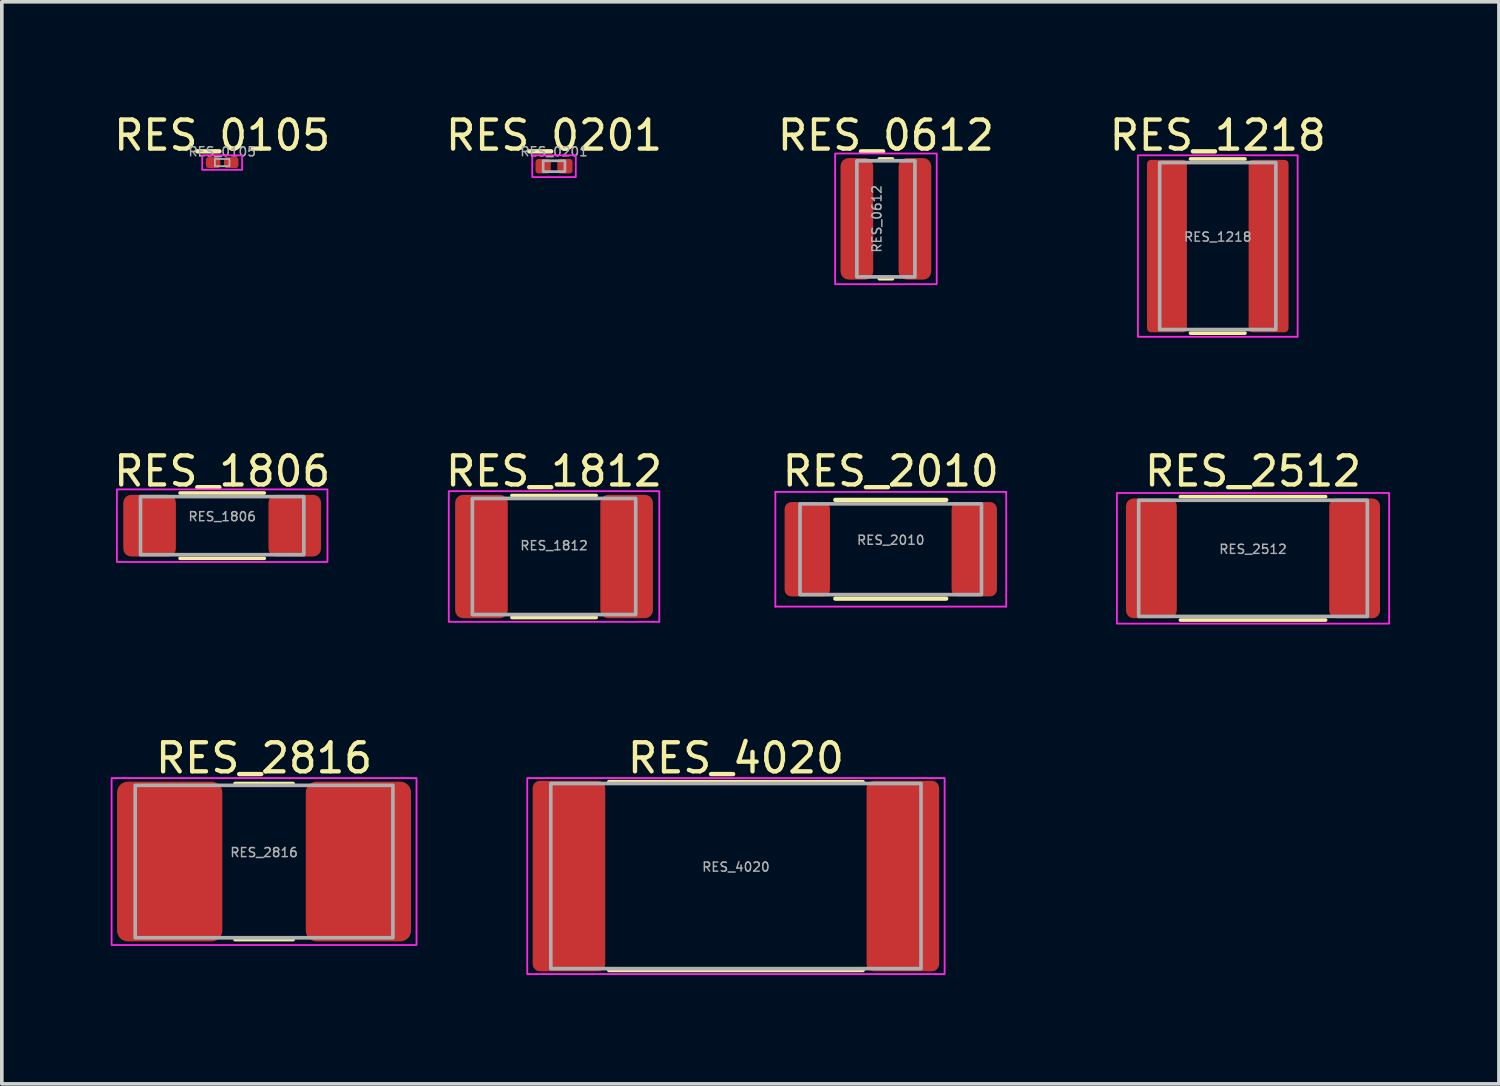
<source format=kicad_pcb>
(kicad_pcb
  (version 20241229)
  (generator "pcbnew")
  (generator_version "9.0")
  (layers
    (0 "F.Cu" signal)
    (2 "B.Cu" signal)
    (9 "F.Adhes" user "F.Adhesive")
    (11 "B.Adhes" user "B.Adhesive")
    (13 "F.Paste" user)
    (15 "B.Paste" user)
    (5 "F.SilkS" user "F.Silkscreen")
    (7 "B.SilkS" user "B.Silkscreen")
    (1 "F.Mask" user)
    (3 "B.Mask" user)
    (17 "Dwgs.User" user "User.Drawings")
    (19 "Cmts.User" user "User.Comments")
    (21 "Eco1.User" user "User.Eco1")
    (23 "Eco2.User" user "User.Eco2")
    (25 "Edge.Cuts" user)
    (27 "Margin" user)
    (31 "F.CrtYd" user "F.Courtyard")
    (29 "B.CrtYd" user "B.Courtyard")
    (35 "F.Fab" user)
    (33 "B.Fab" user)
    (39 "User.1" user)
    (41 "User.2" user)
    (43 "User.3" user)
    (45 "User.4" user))
  (footprint "RES_0201"
    (layer "F.Cu")
    (at 12.214 1.529)
    (property "Reference" "RES_0201" (at 0 -0.85 0) (unlocked yes) (layer "F.SilkS") (effects (font (size 0.8 0.8) (thickness 0.12))))
    (attr smd)
    (fp_rect (start -0.6 -0.3) (end 0.6 0.3) (stroke (width 0.05) (type default)) (fill no) (layer "F.CrtYd"))
    (fp_rect (start -0.3 -0.15) (end 0.3 0.15) (stroke (width 0.075) (type default)) (fill no) (layer "F.Fab"))
    (fp_text user "${REFERENCE}" (at 0 -0.4 0) (layer "F.Fab") (effects (font (size 0.25 0.25) (thickness 0.04))))
    (pad "1" smd roundrect (at -0.3 0) (size 0.42 0.4) (layers "F.Cu" "F.Mask" "F.Paste") (roundrect_rratio 0.2))
    (pad "2" smd roundrect (at 0.3 0) (size 0.42 0.4) (layers "F.Cu" "F.Mask" "F.Paste") (roundrect_rratio 0.2)))
  (footprint "RES_4020"
    (layer "F.Cu")
    (at 17.225 21.086)
    (property "Reference" "RES_4020" (at 0 -3.25 0) (unlocked yes) (layer "F.SilkS") (effects (font (size 0.8 0.8) (thickness 0.12))))
    (attr smd)
    (fp_line (start -3.5 -2.6) (end 3.5 -2.6) (stroke (width 0.1) (type solid)) (layer "F.SilkS"))
    (fp_line (start -3.5 2.6) (end 3.5 2.6) (stroke (width 0.1) (type solid)) (layer "F.SilkS"))
    (fp_rect (start -5.75 -2.7) (end 5.75 2.7) (stroke (width 0.05) (type default)) (fill no) (layer "F.CrtYd"))
    (fp_rect (start -5.1 -2.55) (end 5.1 2.55) (stroke (width 0.1) (type default)) (fill no) (layer "F.Fab"))
    (fp_text user "${REFERENCE}" (at 0 -0.25 0) (layer "F.Fab") (effects (font (size 0.25 0.25) (thickness 0.04))))
    (pad "1" smd roundrect (at -4.6 0) (size 2 5.25) (layers "F.Cu" "F.Mask" "F.Paste") (roundrect_rratio 0.1))
    (pad "2" smd roundrect (at 4.6 0) (size 2 5.25) (layers "F.Cu" "F.Mask" "F.Paste") (roundrect_rratio 0.1)))
  (footprint "RES_2816"
    (layer "F.Cu")
    (at 4.225 20.686)
    (property "Reference" "RES_2816" (at 0 -2.85 0) (unlocked yes) (layer "F.SilkS") (effects (font (size 0.8 0.8) (thickness 0.12))))
    (attr smd)
    (fp_line (start -0.8 -2.15) (end 0.8 -2.15) (stroke (width 0.1) (type solid)) (layer "F.SilkS"))
    (fp_line (start -0.8 2.15) (end 0.8 2.15) (stroke (width 0.1) (type solid)) (layer "F.SilkS"))
    (fp_rect (start -4.2 -2.3) (end 4.2 2.3) (stroke (width 0.05) (type default)) (fill no) (layer "F.CrtYd"))
    (fp_rect (start -3.55 -2.1) (end 3.55 2.1) (stroke (width 0.1) (type default)) (fill no) (layer "F.Fab"))
    (fp_text user "${REFERENCE}" (at 0 -0.25 0) (layer "F.Fab") (effects (font (size 0.25 0.25) (thickness 0.04))))
    (pad "1" smd roundrect (at -2.6 0) (size 2.9 4.4) (layers "F.Cu" "F.Mask" "F.Paste") (roundrect_rratio 0.1))
    (pad "2" smd roundrect (at 2.6 0) (size 2.9 4.4) (layers "F.Cu" "F.Mask" "F.Paste") (roundrect_rratio 0.1)))
  (footprint "RES_0612"
    (layer "F.Cu")
    (at 21.357 2.979)
    (property "Reference" "RES_0612" (at 0 -2.3 0) (unlocked yes) (layer "F.SilkS") (effects (font (size 0.8 0.8) (thickness 0.12))))
    (attr smd)
    (fp_line (start -0.18 -1.65) (end 0.18 -1.65) (stroke (width 0.1) (type solid)) (layer "F.SilkS"))
    (fp_line (start -0.18 1.65) (end 0.18 1.65) (stroke (width 0.1) (type solid)) (layer "F.SilkS"))
    (fp_rect (start -1.4 -1.8) (end 1.4 1.8) (stroke (width 0.05) (type default)) (fill no) (layer "F.CrtYd"))
    (fp_rect (start -0.8 -1.6) (end 0.8 1.6) (stroke (width 0.1) (type default)) (fill no) (layer "F.Fab"))
    (fp_text user "${REFERENCE}" (at -0.25 0 270) (layer "F.Fab") (effects (font (size 0.25 0.25) (thickness 0.04))))
    (pad "1" smd roundrect (at -0.8 0) (size 0.9 3.35) (layers "F.Cu" "F.Mask" "F.Paste") (roundrect_rratio 0.25))
    (pad "2" smd roundrect (at 0.8 0) (size 0.9 3.35) (layers "F.Cu" "F.Mask" "F.Paste") (roundrect_rratio 0.25)))
  (footprint "RES_1218"
    (layer "F.Cu")
    (at 30.5 3.729)
    (property "Reference" "RES_1218" (at 0 -3.05 0) (unlocked yes) (layer "F.SilkS") (effects (font (size 0.8 0.8) (thickness 0.12))))
    (attr smd)
    (fp_line (start -0.75 -2.4) (end 0.75 -2.4) (stroke (width 0.1) (type solid)) (layer "F.SilkS"))
    (fp_line (start -0.75 2.4) (end 0.75 2.4) (stroke (width 0.1) (type solid)) (layer "F.SilkS"))
    (fp_rect (start -2.2 -2.5) (end 2.2 2.5) (stroke (width 0.05) (type default)) (fill no) (layer "F.CrtYd"))
    (fp_rect (start -1.6 -2.3) (end 1.6 2.3) (stroke (width 0.1) (type default)) (fill no) (layer "F.Fab"))
    (fp_text user "${REFERENCE}" (at 0 -0.25 0) (layer "F.Fab") (effects (font (size 0.25 0.25) (thickness 0.04))))
    (pad "1" smd roundrect (at -1.4 0) (size 1.1 4.75) (layers "F.Cu" "F.Mask" "F.Paste") (roundrect_rratio 0.1))
    (pad "2" smd roundrect (at 1.4 0) (size 1.1 4.75) (layers "F.Cu" "F.Mask" "F.Paste") (roundrect_rratio 0.1)))
  (footprint "RES_1806"
    (layer "F.Cu")
    (at 3.071 11.432)
    (property "Reference" "RES_1806" (at 0 -1.5 0) (unlocked yes) (layer "F.SilkS") (effects (font (size 0.8 0.8) (thickness 0.12))))
    (attr smd)
    (fp_line (start -1.16 -0.9) (end 1.16 -0.9) (stroke (width 0.1) (type solid)) (layer "F.SilkS"))
    (fp_line (start -1.16 0.9) (end 1.16 0.9) (stroke (width 0.1) (type solid)) (layer "F.SilkS"))
    (fp_rect (start -2.9 -1) (end 2.9 1) (stroke (width 0.05) (type default)) (fill no) (layer "F.CrtYd"))
    (fp_rect (start -2.25 -0.8) (end 2.25 0.8) (stroke (width 0.1) (type default)) (fill no) (layer "F.Fab"))
    (fp_text user "${REFERENCE}" (at 0 -0.25 0) (layer "F.Fab") (effects (font (size 0.25 0.25) (thickness 0.04))))
    (pad "1" smd roundrect (at -2 0) (size 1.45 1.7) (layers "F.Cu" "F.Mask" "F.Paste") (roundrect_rratio 0.15))
    (pad "2" smd roundrect (at 2 0) (size 1.45 1.7) (layers "F.Cu" "F.Mask" "F.Paste") (roundrect_rratio 0.15)))
  (footprint "RES_0105"
    (layer "F.Cu")
    (at 3.071 1.429)
    (property "Reference" "RES_0105" (at 0 -0.75 0) (unlocked yes) (layer "F.SilkS") (effects (font (size 0.8 0.8) (thickness 0.12))))
    (attr smd)
    (fp_rect (start -0.55 -0.2) (end 0.55 0.2) (stroke (width 0.05) (type default)) (fill no) (layer "F.CrtYd"))
    (fp_rect (start -0.2 -0.1) (end 0.2 0.1) (stroke (width 0.05) (type default)) (fill no) (layer "F.Fab"))
    (fp_text user "${REFERENCE}" (at 0 -0.3 0) (layer "F.Fab") (effects (font (size 0.25 0.25) (thickness 0.04))))
    (pad "1" smd roundrect (at -0.25 0) (size 0.4 0.3) (layers "F.Cu" "F.Mask" "F.Paste") (roundrect_rratio 0.25))
    (pad "2" smd roundrect (at 0.25 0) (size 0.4 0.3) (layers "F.Cu" "F.Mask" "F.Paste") (roundrect_rratio 0.25)))
  (footprint "RES_2512"
    (layer "F.Cu")
    (at 31.471 12.332)
    (property "Reference" "RES_2512" (at 0 -2.4 0) (unlocked yes) (layer "F.SilkS") (effects (font (size 0.8 0.8) (thickness 0.12))))
    (attr smd)
    (fp_line (start -2 -1.7) (end 2 -1.7) (stroke (width 0.1) (type solid)) (layer "F.SilkS"))
    (fp_line (start -2 1.7) (end 2 1.7) (stroke (width 0.1) (type solid)) (layer "F.SilkS"))
    (fp_rect (start -3.75 -1.8) (end 3.75 1.8) (stroke (width 0.05) (type default)) (fill no) (layer "F.CrtYd"))
    (fp_rect (start -3.15 -1.6) (end 3.15 1.6) (stroke (width 0.1) (type default)) (fill no) (layer "F.Fab"))
    (fp_text user "${REFERENCE}" (at 0 -0.25 0) (layer "F.Fab") (effects (font (size 0.25 0.25) (thickness 0.04))))
    (pad "1" smd roundrect (at -2.8 0) (size 1.4 3.3) (layers "F.Cu" "F.Mask" "F.Paste") (roundrect_rratio 0.15))
    (pad "2" smd roundrect (at 2.8 0) (size 1.4 3.3) (layers "F.Cu" "F.Mask" "F.Paste") (roundrect_rratio 0.15)))
  (footprint "RES_1812"
    (layer "F.Cu")
    (at 12.214 12.282)
    (property "Reference" "RES_1812" (at 0 -2.35 0) (unlocked yes) (layer "F.SilkS") (effects (font (size 0.8 0.8) (thickness 0.12))))
    (attr smd)
    (fp_line (start -1.16 -1.68) (end 1.16 -1.68) (stroke (width 0.1) (type solid)) (layer "F.SilkS"))
    (fp_line (start -1.16 1.68) (end 1.16 1.68) (stroke (width 0.1) (type solid)) (layer "F.SilkS"))
    (fp_rect (start -2.9 -1.8) (end 2.9 1.8) (stroke (width 0.05) (type default)) (fill no) (layer "F.CrtYd"))
    (fp_rect (start -2.25 -1.6) (end 2.25 1.6) (stroke (width 0.1) (type default)) (fill no) (layer "F.Fab"))
    (fp_text user "${REFERENCE}" (at 0 -0.3 0) (layer "F.Fab") (effects (font (size 0.25 0.25) (thickness 0.04))))
    (pad "1" smd roundrect (at -2 0) (size 1.45 3.4) (layers "F.Cu" "F.Mask" "F.Paste") (roundrect_rratio 0.15))
    (pad "2" smd roundrect (at 2 0) (size 1.45 3.4) (layers "F.Cu" "F.Mask" "F.Paste") (roundrect_rratio 0.15)))
  (footprint "RES_2010"
    (layer "F.Cu")
    (at 21.491 12.082)
    (property "Reference" "RES_2010" (at 0 -2.15 0) (unlocked yes) (layer "F.SilkS") (effects (font (size 0.8 0.8) (thickness 0.12))))
    (attr smd)
    (fp_line (start -1.527 -1.36) (end 1.527 -1.36) (stroke (width 0.12) (type solid)) (layer "F.SilkS"))
    (fp_line (start -1.527 1.36) (end 1.527 1.36) (stroke (width 0.12) (type solid)) (layer "F.SilkS"))
    (fp_line (start -3.18 -1.58) (end 3.18 -1.58) (stroke (width 0.05) (type solid)) (layer "F.CrtYd"))
    (fp_line (start -3.18 1.58) (end -3.18 -1.58) (stroke (width 0.05) (type solid)) (layer "F.CrtYd"))
    (fp_line (start 3.18 -1.58) (end 3.18 1.58) (stroke (width 0.05) (type solid)) (layer "F.CrtYd"))
    (fp_line (start 3.18 1.58) (end -3.18 1.58) (stroke (width 0.05) (type solid)) (layer "F.CrtYd"))
    (fp_rect (start -2.5 -1.25) (end 2.5 1.25) (stroke (width 0.1) (type default)) (fill no) (layer "F.Fab"))
    (fp_text user "${REFERENCE}" (at 0 -0.25 0) (layer "F.Fab") (effects (font (size 0.25 0.25) (thickness 0.04))))
    (pad "1" smd roundrect (at -2.3 0) (size 1.25 2.6) (layers "F.Cu" "F.Mask" "F.Paste") (roundrect_rratio 0.15))
    (pad "2" smd roundrect (at 2.3 0) (size 1.25 2.6) (layers "F.Cu" "F.Mask" "F.Paste") (roundrect_rratio 0.15)))
  (gr_rect
    (start -3 -3)
    (end 38.246 26.811)
    (stroke (width 0.1) (type default))
    (fill no)
    (layer "Edge.Cuts")))
</source>
